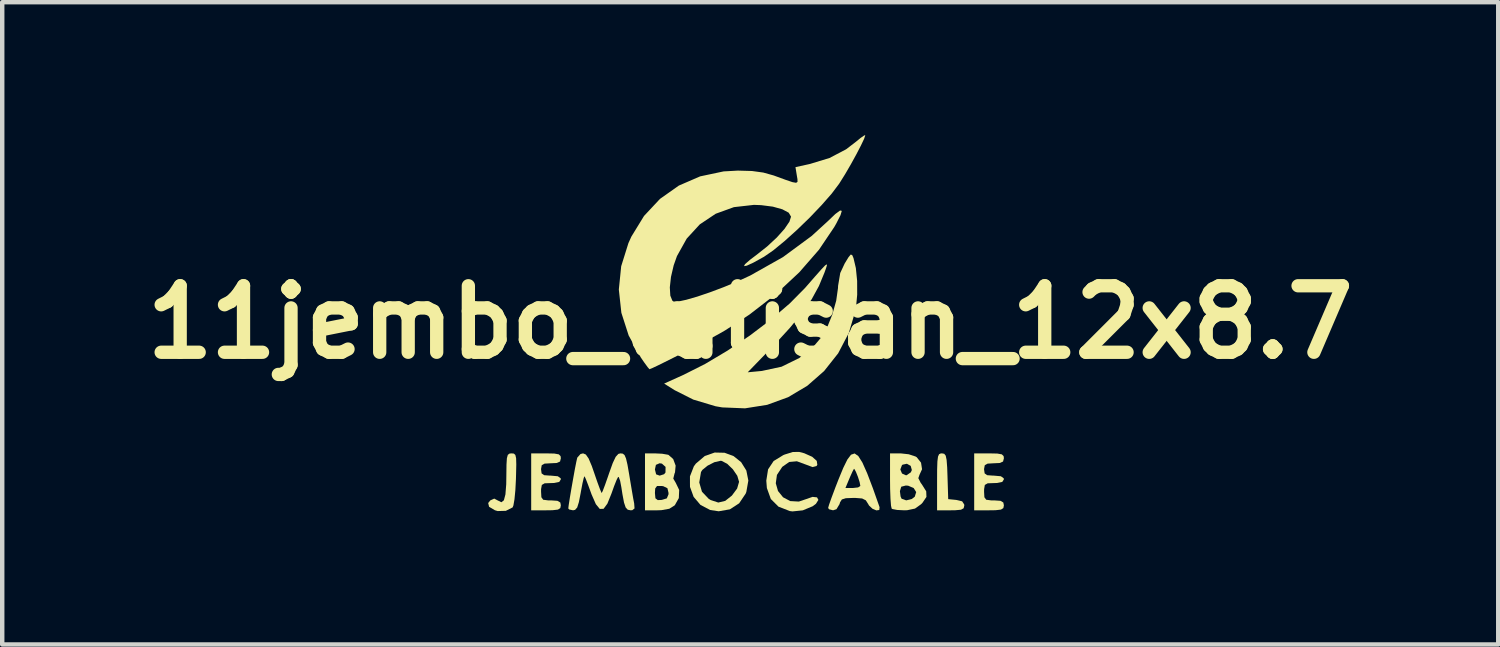
<source format=kicad_pcb>
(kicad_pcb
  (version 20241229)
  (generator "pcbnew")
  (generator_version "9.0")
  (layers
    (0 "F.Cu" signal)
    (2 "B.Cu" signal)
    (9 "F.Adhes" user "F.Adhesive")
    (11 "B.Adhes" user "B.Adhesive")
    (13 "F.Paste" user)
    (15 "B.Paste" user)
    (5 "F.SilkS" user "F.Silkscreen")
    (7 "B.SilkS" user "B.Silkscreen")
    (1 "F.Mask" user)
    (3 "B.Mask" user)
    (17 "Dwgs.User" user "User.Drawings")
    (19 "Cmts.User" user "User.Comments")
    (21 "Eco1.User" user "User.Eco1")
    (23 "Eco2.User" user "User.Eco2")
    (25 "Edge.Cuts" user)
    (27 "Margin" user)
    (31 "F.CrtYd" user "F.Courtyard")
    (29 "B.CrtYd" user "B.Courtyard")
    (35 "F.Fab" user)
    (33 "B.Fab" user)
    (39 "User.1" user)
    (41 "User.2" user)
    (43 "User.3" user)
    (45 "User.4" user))
  (footprint "11jembo_tulisan_12x8.7"
    (layer "F.Cu")
    (at 13.871 4.217)
    (property "Reference" "11jembo_tulisan_12x8.7" (at 0 0 0) (layer "F.SilkS") (effects (font (size 1.5 1.5) (thickness 0.3))))
    (attr board_only exclude_from_pos_files exclude_from_bom)
    (fp_poly (pts (xy 4.376 2.968) (xy 4.41 3.011) (xy 4.43 3.107) (xy 4.443 3.278) (xy 4.45 3.475) (xy 4.466 3.991) (xy 4.647 4.009) (xy 4.78 4.04) (xy 4.827 4.111) (xy 4.829 4.135) (xy 4.814 4.197) (xy 4.754 4.23) (xy 4.621 4.242) (xy 4.522 4.243) (xy 4.215 4.243) (xy 4.215 3.601) (xy 4.216 3.325) (xy 4.222 3.141) (xy 4.236 3.032) (xy 4.26 2.978) (xy 4.299 2.96) (xy 4.324 2.959)) (stroke (width 0) (type solid)) (fill yes) (layer "F.SilkS"))
    (fp_poly (pts (xy -5.33 2.964) (xy -5.297 2.995) (xy -5.28 3.069) (xy -5.276 3.208) (xy -5.281 3.431) (xy -5.284 3.542) (xy -5.297 3.789) (xy -5.317 3.995) (xy -5.341 4.134) (xy -5.359 4.178) (xy -5.512 4.255) (xy -5.696 4.26) (xy -5.758 4.242) (xy -5.889 4.164) (xy -5.91 4.079) (xy -5.861 4.019) (xy -5.773 3.979) (xy -5.69 4.023) (xy -5.611 4.061) (xy -5.556 4.017) (xy -5.521 3.885) (xy -5.503 3.656) (xy -5.5 3.447) (xy -5.497 3.213) (xy -5.488 3.068) (xy -5.467 2.992) (xy -5.428 2.963) (xy -5.382 2.959)) (stroke (width 0) (type solid)) (fill yes) (layer "F.SilkS"))
    (fp_poly (pts (xy 1.219 2.956) (xy 1.398 3.036) (xy 1.501 3.128) (xy 1.514 3.217) (xy 1.495 3.245) (xy 1.407 3.268) (xy 1.265 3.215) (xy 1.053 3.137) (xy 0.88 3.153) (xy 0.723 3.263) (xy 0.603 3.445) (xy 0.577 3.633) (xy 0.627 3.808) (xy 0.741 3.949) (xy 0.903 4.035) (xy 1.097 4.046) (xy 1.254 3.993) (xy 1.407 3.94) (xy 1.507 3.951) (xy 1.538 4.008) (xy 1.483 4.096) (xy 1.41 4.151) (xy 1.186 4.244) (xy 0.954 4.268) (xy 0.893 4.26) (xy 0.638 4.161) (xy 0.465 3.988) (xy 0.376 3.741) (xy 0.363 3.574) (xy 0.403 3.32) (xy 0.528 3.132) (xy 0.748 2.997) (xy 0.781 2.984) (xy 0.961 2.928) (xy 1.104 2.926)) (stroke (width 0) (type solid)) (fill yes) (layer "F.SilkS"))
    (fp_poly (pts (xy -4.418 2.963) (xy -4.317 2.981) (xy -4.277 3.021) (xy -4.271 3.07) (xy -4.289 3.143) (xy -4.365 3.176) (xy -4.494 3.182) (xy -4.638 3.19) (xy -4.702 3.226) (xy -4.717 3.309) (xy -4.717 3.322) (xy -4.705 3.411) (xy -4.647 3.451) (xy -4.513 3.461) (xy -4.494 3.461) (xy -4.339 3.475) (xy -4.275 3.521) (xy -4.271 3.545) (xy -4.307 3.603) (xy -4.43 3.627) (xy -4.494 3.629) (xy -4.637 3.634) (xy -4.7 3.671) (xy -4.717 3.766) (xy -4.717 3.824) (xy -4.71 3.949) (xy -4.669 4.005) (xy -4.56 4.019) (xy -4.494 4.019) (xy -4.348 4.029) (xy -4.283 4.067) (xy -4.271 4.131) (xy -4.283 4.193) (xy -4.336 4.227) (xy -4.457 4.241) (xy -4.605 4.243) (xy -4.94 4.243) (xy -4.94 3.601) (xy -4.94 2.959) (xy -4.605 2.959)) (stroke (width 0) (type solid)) (fill yes) (layer "F.SilkS"))
    (fp_poly (pts (xy -0.579 2.945) (xy -0.374 3.021) (xy -0.204 3.158) (xy -0.087 3.346) (xy -0.042 3.572) (xy -0.087 3.827) (xy -0.102 3.866) (xy -0.249 4.085) (xy -0.458 4.221) (xy -0.711 4.265) (xy -0.903 4.236) (xy -1.121 4.122) (xy -1.276 3.94) (xy -1.358 3.715) (xy -1.359 3.615) (xy -1.149 3.615) (xy -1.088 3.824) (xy -0.933 3.987) (xy -0.893 4.011) (xy -0.72 4.068) (xy -0.563 4.03) (xy -0.414 3.912) (xy -0.295 3.752) (xy -0.251 3.601) (xy -0.291 3.465) (xy -0.391 3.318) (xy -0.519 3.194) (xy -0.643 3.129) (xy -0.668 3.126) (xy -0.808 3.158) (xy -0.961 3.236) (xy -1.079 3.332) (xy -1.11 3.38) (xy -1.149 3.615) (xy -1.359 3.615) (xy -1.359 3.477) (xy -1.271 3.251) (xy -1.226 3.19) (xy -1.024 3.018) (xy -0.802 2.94)) (stroke (width 0) (type solid)) (fill yes) (layer "F.SilkS"))
    (fp_poly (pts (xy 5.574 2.963) (xy 5.675 2.981) (xy 5.716 3.021) (xy 5.722 3.07) (xy 5.703 3.143) (xy 5.628 3.176) (xy 5.499 3.182) (xy 5.355 3.19) (xy 5.291 3.226) (xy 5.275 3.309) (xy 5.275 3.322) (xy 5.288 3.411) (xy 5.345 3.451) (xy 5.479 3.461) (xy 5.499 3.461) (xy 5.654 3.475) (xy 5.718 3.521) (xy 5.722 3.545) (xy 5.685 3.603) (xy 5.563 3.627) (xy 5.499 3.629) (xy 5.356 3.634) (xy 5.292 3.671) (xy 5.276 3.766) (xy 5.275 3.824) (xy 5.282 3.949) (xy 5.324 4.005) (xy 5.433 4.019) (xy 5.499 4.019) (xy 5.645 4.029) (xy 5.709 4.067) (xy 5.722 4.131) (xy 5.71 4.193) (xy 5.656 4.227) (xy 5.535 4.241) (xy 5.387 4.243) (xy 5.052 4.243) (xy 5.052 3.601) (xy 5.052 2.959) (xy 5.387 2.959)) (stroke (width 0) (type solid)) (fill yes) (layer "F.SilkS"))
    (fp_poly (pts (xy 2.438 3.019) (xy 2.531 3.167) (xy 2.639 3.41) (xy 2.769 3.751) (xy 2.918 4.173) (xy 2.911 4.236) (xy 2.846 4.245) (xy 2.758 4.208) (xy 2.68 4.135) (xy 2.662 4.103) (xy 2.608 4.018) (xy 2.524 3.976) (xy 2.373 3.964) (xy 2.324 3.964) (xy 2.157 3.97) (xy 2.068 3.998) (xy 2.026 4.064) (xy 2.015 4.103) (xy 1.946 4.218) (xy 1.869 4.243) (xy 1.779 4.22) (xy 1.758 4.19) (xy 1.778 4.119) (xy 1.831 3.968) (xy 1.909 3.76) (xy 1.916 3.74) (xy 2.148 3.74) (xy 2.316 3.74) (xy 2.434 3.727) (xy 2.484 3.693) (xy 2.484 3.693) (xy 2.468 3.608) (xy 2.43 3.489) (xy 2.385 3.376) (xy 2.349 3.311) (xy 2.34 3.308) (xy 2.308 3.367) (xy 2.252 3.491) (xy 2.234 3.534) (xy 2.148 3.74) (xy 1.916 3.74) (xy 1.991 3.548) (xy 2.099 3.286) (xy 2.191 3.099) (xy 2.274 2.989) (xy 2.355 2.961)) (stroke (width 0) (type solid)) (fill yes) (layer "F.SilkS"))
    (fp_poly (pts (xy -1.987 2.967) (xy -1.858 2.989) (xy -1.842 2.994) (xy -1.737 3.087) (xy -1.682 3.235) (xy -1.696 3.388) (xy -1.707 3.414) (xy -1.735 3.528) (xy -1.679 3.624) (xy -1.602 3.784) (xy -1.61 3.968) (xy -1.701 4.129) (xy -1.703 4.131) (xy -1.824 4.208) (xy -2.004 4.24) (xy -2.093 4.243) (xy -2.373 4.243) (xy -2.373 3.852) (xy -2.149 3.852) (xy -2.138 3.972) (xy -2.085 4.013) (xy -1.996 4.009) (xy -1.881 3.974) (xy -1.843 3.883) (xy -1.842 3.852) (xy -1.867 3.745) (xy -1.962 3.699) (xy -1.996 3.695) (xy -2.102 3.695) (xy -2.143 3.751) (xy -2.149 3.852) (xy -2.373 3.852) (xy -2.373 3.601) (xy -2.373 3.322) (xy -2.149 3.322) (xy -2.122 3.432) (xy -2.042 3.461) (xy -1.942 3.429) (xy -1.911 3.391) (xy -1.909 3.264) (xy -1.991 3.19) (xy -2.044 3.182) (xy -2.127 3.218) (xy -2.149 3.322) (xy -2.373 3.322) (xy -2.373 2.959) (xy -2.154 2.959)) (stroke (width 0) (type solid)) (fill yes) (layer "F.SilkS"))
    (fp_poly (pts (xy 3.575 2.979) (xy 3.728 3.029) (xy 3.756 3.046) (xy 3.853 3.168) (xy 3.876 3.317) (xy 3.817 3.445) (xy 3.817 3.446) (xy 3.792 3.518) (xy 3.847 3.626) (xy 3.873 3.66) (xy 3.97 3.815) (xy 3.975 3.941) (xy 3.886 4.073) (xy 3.854 4.106) (xy 3.717 4.204) (xy 3.541 4.241) (xy 3.473 4.243) (xy 3.315 4.235) (xy 3.209 4.215) (xy 3.191 4.205) (xy 3.176 4.138) (xy 3.164 3.983) (xy 3.158 3.815) (xy 3.377 3.815) (xy 3.392 3.932) (xy 3.415 3.982) (xy 3.519 4.019) (xy 3.645 3.988) (xy 3.712 3.936) (xy 3.744 3.832) (xy 3.687 3.741) (xy 3.563 3.688) (xy 3.51 3.684) (xy 3.407 3.711) (xy 3.377 3.809) (xy 3.377 3.815) (xy 3.158 3.815) (xy 3.156 3.765) (xy 3.154 3.563) (xy 3.154 3.322) (xy 3.386 3.322) (xy 3.424 3.413) (xy 3.512 3.453) (xy 3.53 3.451) (xy 3.623 3.386) (xy 3.646 3.335) (xy 3.62 3.241) (xy 3.534 3.193) (xy 3.436 3.214) (xy 3.422 3.227) (xy 3.386 3.322) (xy 3.154 3.322) (xy 3.154 2.959) (xy 3.393 2.959)) (stroke (width 0) (type solid)) (fill yes) (layer "F.SilkS"))
    (fp_poly (pts (xy 2.302 -1.511) (xy 2.33 -1.445) (xy 2.383 -1.221) (xy 2.412 -0.931) (xy 2.413 -0.619) (xy 2.386 -0.328) (xy 2.376 -0.268) (xy 2.224 0.243) (xy 1.984 0.702) (xy 1.667 1.102) (xy 1.287 1.435) (xy 0.855 1.692) (xy 0.383 1.864) (xy -0.117 1.943) (xy -0.632 1.922) (xy -0.782 1.896) (xy -1.283 1.746) (xy -1.704 1.534) (xy -1.941 1.385) (xy -1.501 1.186) (xy -1.017 0.942) (xy -0.51 0.64) (xy -0.006 0.3) (xy 0.469 -0.06) (xy 0.892 -0.423) (xy 1.236 -0.771) (xy 1.257 -0.795) (xy 1.461 -1.029) (xy 1.602 -1.188) (xy 1.687 -1.278) (xy 1.726 -1.306) (xy 1.73 -1.281) (xy 1.707 -1.208) (xy 1.675 -1.118) (xy 1.55 -0.816) (xy 1.387 -0.518) (xy 1.172 -0.209) (xy 0.894 0.129) (xy 0.542 0.513) (xy 0.451 0.607) (xy -0.056 1.13) (xy 0.261 1.1) (xy 0.708 1.004) (xy 1.109 0.807) (xy 1.459 0.512) (xy 1.603 0.342) (xy 1.736 0.116) (xy 1.853 -0.175) (xy 1.94 -0.486) (xy 1.98 -0.769) (xy 1.982 -0.819) (xy 2.031 -1.11) (xy 2.131 -1.324) (xy 2.219 -1.468) (xy 2.269 -1.527)) (stroke (width 0) (type solid)) (fill yes) (layer "F.SilkS"))
    (fp_poly (pts (xy -2.874 2.965) (xy -2.834 2.997) (xy -2.801 3.074) (xy -2.768 3.215) (xy -2.729 3.439) (xy -2.707 3.573) (xy -2.671 3.788) (xy -2.638 3.98) (xy -2.617 4.089) (xy -2.609 4.201) (xy -2.659 4.24) (xy -2.697 4.243) (xy -2.762 4.23) (xy -2.809 4.179) (xy -2.846 4.069) (xy -2.882 3.879) (xy -2.906 3.724) (xy -2.934 3.577) (xy -2.964 3.496) (xy -2.979 3.49) (xy -3.014 3.558) (xy -3.07 3.699) (xy -3.131 3.87) (xy -3.222 4.094) (xy -3.307 4.209) (xy -3.393 4.212) (xy -3.481 4.105) (xy -3.577 3.887) (xy -3.589 3.854) (xy -3.656 3.671) (xy -3.709 3.534) (xy -3.737 3.474) (xy -3.737 3.474) (xy -3.755 3.514) (xy -3.784 3.639) (xy -3.819 3.823) (xy -3.823 3.848) (xy -3.864 4.058) (xy -3.902 4.179) (xy -3.95 4.233) (xy -3.996 4.243) (xy -4.084 4.224) (xy -4.103 4.201) (xy -4.093 4.12) (xy -4.068 3.96) (xy -4.033 3.753) (xy -3.993 3.527) (xy -3.955 3.316) (xy -3.922 3.149) (xy -3.901 3.057) (xy -3.901 3.056) (xy -3.828 2.974) (xy -3.769 2.959) (xy -3.707 2.985) (xy -3.645 3.074) (xy -3.573 3.244) (xy -3.517 3.405) (xy -3.447 3.608) (xy -3.39 3.763) (xy -3.355 3.845) (xy -3.349 3.852) (xy -3.325 3.803) (xy -3.275 3.672) (xy -3.209 3.484) (xy -3.182 3.405) (xy -3.1 3.176) (xy -3.034 3.037) (xy -2.974 2.971) (xy -2.927 2.959)) (stroke (width 0) (type solid)) (fill yes) (layer "F.SilkS"))
    (fp_poly (pts (xy 2.569 -4.136) (xy 2.497 -3.984) (xy 2.393 -3.784) (xy 2.271 -3.562) (xy 2.142 -3.34) (xy 2.02 -3.145) (xy 2.004 -3.12) (xy 1.839 -2.901) (xy 1.612 -2.642) (xy 1.345 -2.362) (xy 1.059 -2.085) (xy 0.776 -1.83) (xy 0.519 -1.619) (xy 0.309 -1.474) (xy 0.303 -1.471) (xy 0.073 -1.344) (xy -0.076 -1.275) (xy -0.14 -1.264) (xy -0.117 -1.309) (xy -0.002 -1.409) (xy 0.137 -1.514) (xy 0.381 -1.707) (xy 0.599 -1.909) (xy 0.772 -2.102) (xy 0.885 -2.268) (xy 0.921 -2.38) (xy 0.869 -2.469) (xy 0.725 -2.546) (xy 0.511 -2.606) (xy 0.246 -2.64) (xy 0.084 -2.646) (xy -0.367 -2.595) (xy -0.778 -2.446) (xy -1.137 -2.206) (xy -1.432 -1.885) (xy -1.652 -1.491) (xy -1.726 -1.282) (xy -1.787 -1.021) (xy -1.813 -0.785) (xy -1.802 -0.599) (xy -1.756 -0.485) (xy -1.728 -0.466) (xy -1.625 -0.466) (xy -1.44 -0.506) (xy -1.194 -0.577) (xy -0.908 -0.674) (xy -0.602 -0.789) (xy -0.297 -0.915) (xy -0.013 -1.046) (xy 0.000113 -1.052) (xy 0.739 -1.468) (xy 1.385 -1.944) (xy 1.744 -2.272) (xy 1.92 -2.44) (xy 2.027 -2.519) (xy 2.066 -2.511) (xy 2.037 -2.414) (xy 1.942 -2.227) (xy 1.896 -2.146) (xy 1.551 -1.634) (xy 1.107 -1.125) (xy 0.58 -0.633) (xy -0.018 -0.171) (xy -0.564 0.184) (xy -0.698 0.261) (xy -0.893 0.367) (xy -1.129 0.491) (xy -1.385 0.624) (xy -1.641 0.756) (xy -1.878 0.875) (xy -2.076 0.973) (xy -2.214 1.038) (xy -2.272 1.061) (xy -2.31 1.018) (xy -2.39 0.909) (xy -2.468 0.795) (xy -2.741 0.301) (xy -2.906 -0.212) (xy -2.963 -0.736) (xy -2.91 -1.262) (xy -2.747 -1.783) (xy -2.68 -1.931) (xy -2.395 -2.396) (xy -2.035 -2.781) (xy -1.61 -3.081) (xy -1.129 -3.289) (xy -0.6 -3.401) (xy -0.279 -3.419) (xy 0.04 -3.41) (xy 0.295 -3.375) (xy 0.531 -3.309) (xy 0.558 -3.299) (xy 0.799 -3.211) (xy 0.952 -3.159) (xy 1.035 -3.144) (xy 1.067 -3.165) (xy 1.066 -3.224) (xy 1.052 -3.306) (xy 1.021 -3.497) (xy 1.348 -3.569) (xy 1.79 -3.704) (xy 2.162 -3.899) (xy 2.366 -4.055) (xy 2.492 -4.157) (xy 2.575 -4.214) (xy 2.596 -4.217)) (stroke (width 0) (type solid)) (fill yes) (layer "F.SilkS")))
  (gr_rect
    (start -3 -3)
    (end 30.743 11.486)
    (stroke (width 0.1) (type default))
    (fill no)
    (layer "Edge.Cuts")))
</source>
